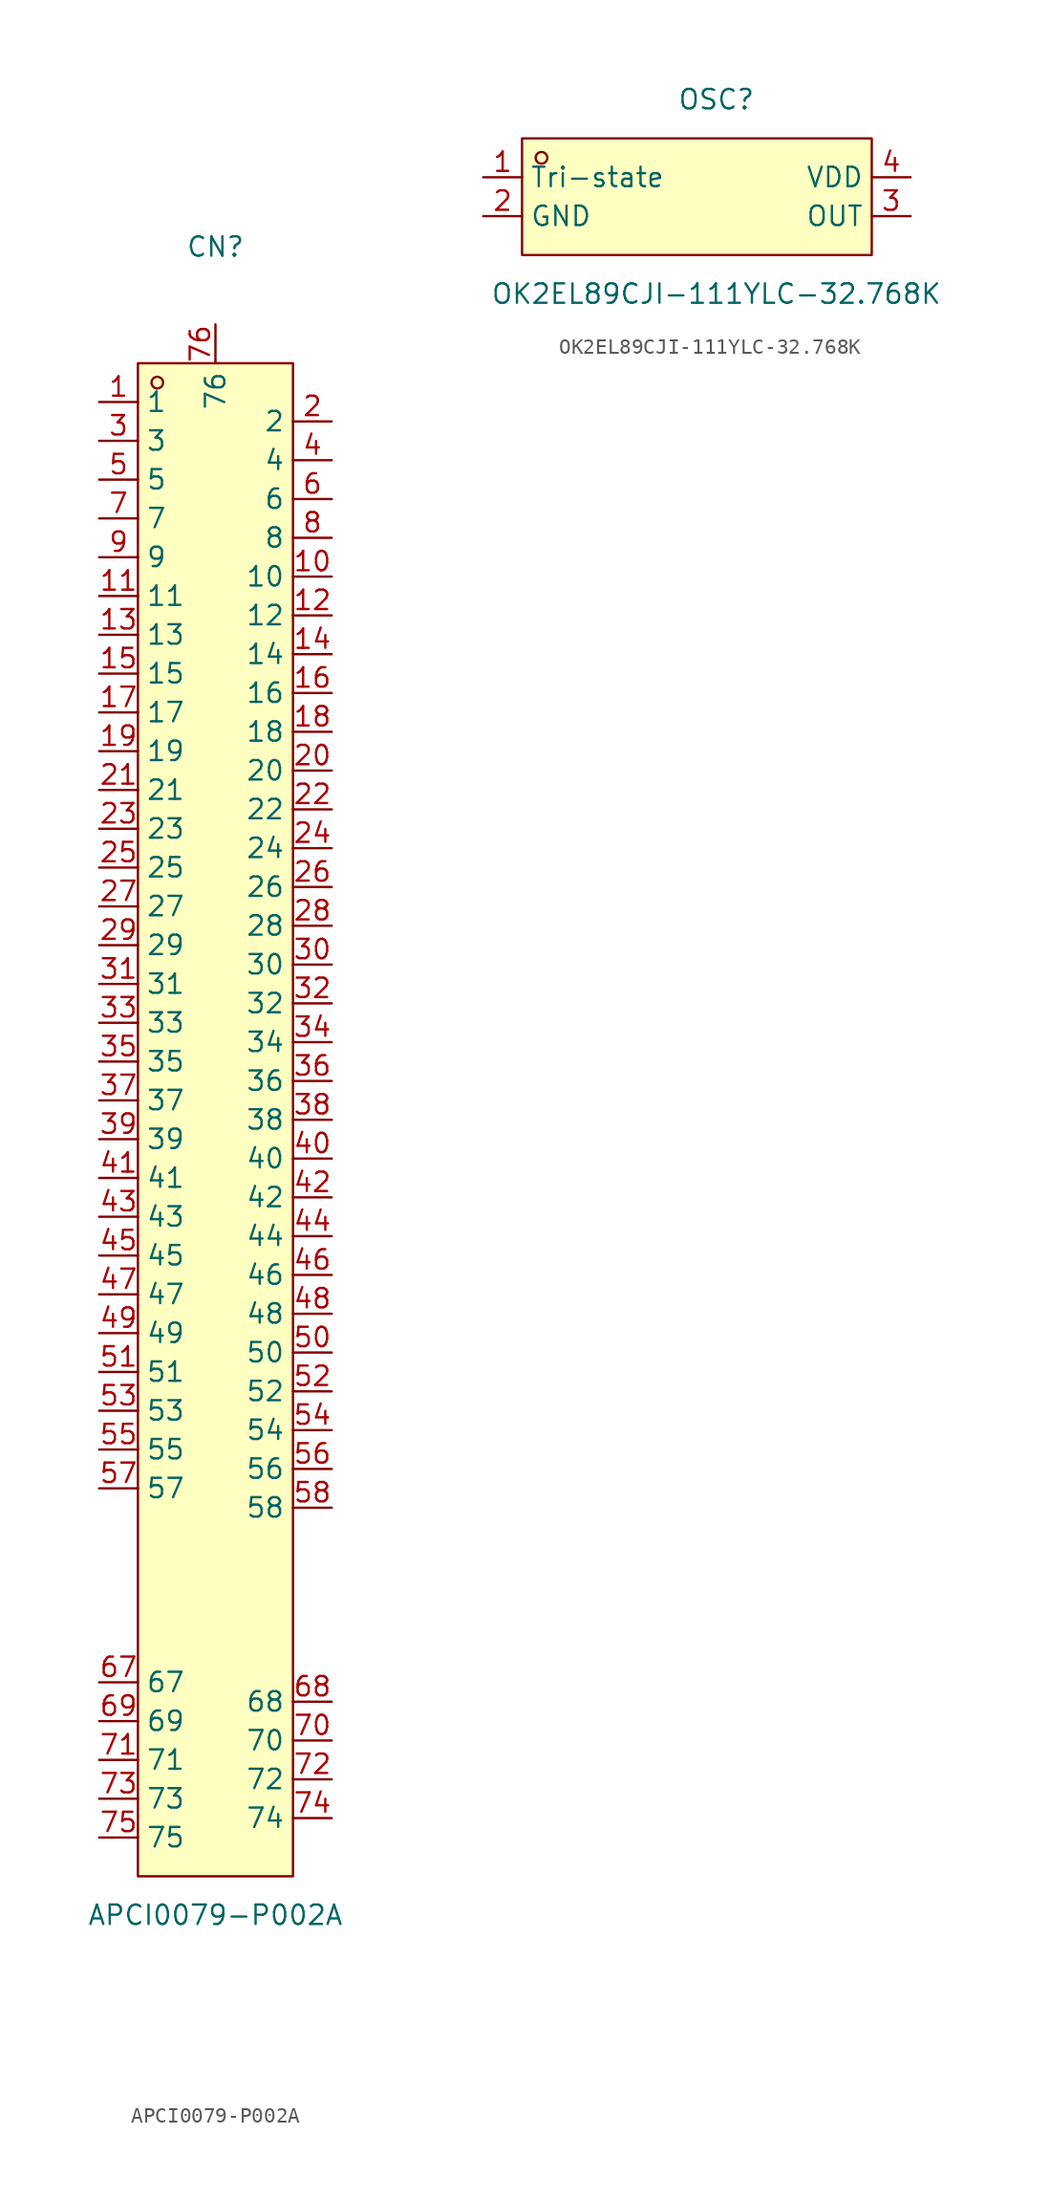
<source format=kicad_sym>
(kicad_symbol_lib
  (version 20211014)
  (generator https://github.com/uPesy/easyeda2kicad.py)
  (symbol "APCI0079-P002A"
    (property "Reference" "CN"
      (at 0 57.15 0)
      (effects (font (size 1.27 1.27))))
    (property "Value" "APCI0079-P002A"
      (at 0 -52.07 0)
      (effects (font (size 1.27 1.27))))
    (symbol "APCI0079-P002A_0_1"
      (rectangle (start -5.08 49.53) (end 5.08 -49.53) (stroke (width 0) (type default) (color 0 0 0 0)) (fill (type background)))
      (circle (center -3.81 48.26) (radius 0.38) (stroke (width 0) (type default) (color 0 0 0 0)) (fill (type none)))
      (pin unspecified line (at -7.62 46.99 0) (length 2.54) (name "1" (effects (font (size 1.27 1.27)))) (number "1" (effects (font (size 1.27 1.27)))))
      (pin unspecified line (at 7.62 -45.72 180) (length 2.54) (name "74" (effects (font (size 1.27 1.27)))) (number "74" (effects (font (size 1.27 1.27)))))
      (pin unspecified line (at -7.62 44.45 0) (length 2.54) (name "3" (effects (font (size 1.27 1.27)))) (number "3" (effects (font (size 1.27 1.27)))))
      (pin unspecified line (at 7.62 -43.18 180) (length 2.54) (name "72" (effects (font (size 1.27 1.27)))) (number "72" (effects (font (size 1.27 1.27)))))
      (pin unspecified line (at -7.62 41.91 0) (length 2.54) (name "5" (effects (font (size 1.27 1.27)))) (number "5" (effects (font (size 1.27 1.27)))))
      (pin unspecified line (at 7.62 -40.64 180) (length 2.54) (name "70" (effects (font (size 1.27 1.27)))) (number "70" (effects (font (size 1.27 1.27)))))
      (pin unspecified line (at -7.62 39.37 0) (length 2.54) (name "7" (effects (font (size 1.27 1.27)))) (number "7" (effects (font (size 1.27 1.27)))))
      (pin unspecified line (at 7.62 -38.10 180) (length 2.54) (name "68" (effects (font (size 1.27 1.27)))) (number "68" (effects (font (size 1.27 1.27)))))
      (pin unspecified line (at -7.62 36.83 0) (length 2.54) (name "9" (effects (font (size 1.27 1.27)))) (number "9" (effects (font (size 1.27 1.27)))))
      (pin unspecified line (at -7.62 34.29 0) (length 2.54) (name "11" (effects (font (size 1.27 1.27)))) (number "11" (effects (font (size 1.27 1.27)))))
      (pin unspecified line (at -7.62 31.75 0) (length 2.54) (name "13" (effects (font (size 1.27 1.27)))) (number "13" (effects (font (size 1.27 1.27)))))
      (pin unspecified line (at -7.62 29.21 0) (length 2.54) (name "15" (effects (font (size 1.27 1.27)))) (number "15" (effects (font (size 1.27 1.27)))))
      (pin unspecified line (at -7.62 26.67 0) (length 2.54) (name "17" (effects (font (size 1.27 1.27)))) (number "17" (effects (font (size 1.27 1.27)))))
      (pin unspecified line (at 7.62 -25.40 180) (length 2.54) (name "58" (effects (font (size 1.27 1.27)))) (number "58" (effects (font (size 1.27 1.27)))))
      (pin unspecified line (at -7.62 24.13 0) (length 2.54) (name "19" (effects (font (size 1.27 1.27)))) (number "19" (effects (font (size 1.27 1.27)))))
      (pin unspecified line (at 7.62 -22.86 180) (length 2.54) (name "56" (effects (font (size 1.27 1.27)))) (number "56" (effects (font (size 1.27 1.27)))))
      (pin unspecified line (at -7.62 21.59 0) (length 2.54) (name "21" (effects (font (size 1.27 1.27)))) (number "21" (effects (font (size 1.27 1.27)))))
      (pin unspecified line (at 7.62 -20.32 180) (length 2.54) (name "54" (effects (font (size 1.27 1.27)))) (number "54" (effects (font (size 1.27 1.27)))))
      (pin unspecified line (at -7.62 19.05 0) (length 2.54) (name "23" (effects (font (size 1.27 1.27)))) (number "23" (effects (font (size 1.27 1.27)))))
      (pin unspecified line (at 7.62 -17.78 180) (length 2.54) (name "52" (effects (font (size 1.27 1.27)))) (number "52" (effects (font (size 1.27 1.27)))))
      (pin unspecified line (at -7.62 16.51 0) (length 2.54) (name "25" (effects (font (size 1.27 1.27)))) (number "25" (effects (font (size 1.27 1.27)))))
      (pin unspecified line (at 7.62 -15.24 180) (length 2.54) (name "50" (effects (font (size 1.27 1.27)))) (number "50" (effects (font (size 1.27 1.27)))))
      (pin unspecified line (at -7.62 13.97 0) (length 2.54) (name "27" (effects (font (size 1.27 1.27)))) (number "27" (effects (font (size 1.27 1.27)))))
      (pin unspecified line (at 7.62 -12.70 180) (length 2.54) (name "48" (effects (font (size 1.27 1.27)))) (number "48" (effects (font (size 1.27 1.27)))))
      (pin unspecified line (at -7.62 11.43 0) (length 2.54) (name "29" (effects (font (size 1.27 1.27)))) (number "29" (effects (font (size 1.27 1.27)))))
      (pin unspecified line (at 7.62 -10.16 180) (length 2.54) (name "46" (effects (font (size 1.27 1.27)))) (number "46" (effects (font (size 1.27 1.27)))))
      (pin unspecified line (at -7.62 8.89 0) (length 2.54) (name "31" (effects (font (size 1.27 1.27)))) (number "31" (effects (font (size 1.27 1.27)))))
      (pin unspecified line (at 7.62 -7.62 180) (length 2.54) (name "44" (effects (font (size 1.27 1.27)))) (number "44" (effects (font (size 1.27 1.27)))))
      (pin unspecified line (at -7.62 6.35 0) (length 2.54) (name "33" (effects (font (size 1.27 1.27)))) (number "33" (effects (font (size 1.27 1.27)))))
      (pin unspecified line (at 7.62 -5.08 180) (length 2.54) (name "42" (effects (font (size 1.27 1.27)))) (number "42" (effects (font (size 1.27 1.27)))))
      (pin unspecified line (at -7.62 3.81 0) (length 2.54) (name "35" (effects (font (size 1.27 1.27)))) (number "35" (effects (font (size 1.27 1.27)))))
      (pin unspecified line (at 7.62 -2.54 180) (length 2.54) (name "40" (effects (font (size 1.27 1.27)))) (number "40" (effects (font (size 1.27 1.27)))))
      (pin unspecified line (at -7.62 1.27 0) (length 2.54) (name "37" (effects (font (size 1.27 1.27)))) (number "37" (effects (font (size 1.27 1.27)))))
      (pin unspecified line (at 7.62 -0.00 180) (length 2.54) (name "38" (effects (font (size 1.27 1.27)))) (number "38" (effects (font (size 1.27 1.27)))))
      (pin unspecified line (at -7.62 -1.27 0) (length 2.54) (name "39" (effects (font (size 1.27 1.27)))) (number "39" (effects (font (size 1.27 1.27)))))
      (pin unspecified line (at 7.62 2.54 180) (length 2.54) (name "36" (effects (font (size 1.27 1.27)))) (number "36" (effects (font (size 1.27 1.27)))))
      (pin unspecified line (at -7.62 -3.81 0) (length 2.54) (name "41" (effects (font (size 1.27 1.27)))) (number "41" (effects (font (size 1.27 1.27)))))
      (pin unspecified line (at 7.62 5.08 180) (length 2.54) (name "34" (effects (font (size 1.27 1.27)))) (number "34" (effects (font (size 1.27 1.27)))))
      (pin unspecified line (at -7.62 -6.35 0) (length 2.54) (name "43" (effects (font (size 1.27 1.27)))) (number "43" (effects (font (size 1.27 1.27)))))
      (pin unspecified line (at 7.62 7.62 180) (length 2.54) (name "32" (effects (font (size 1.27 1.27)))) (number "32" (effects (font (size 1.27 1.27)))))
      (pin unspecified line (at -7.62 -8.89 0) (length 2.54) (name "45" (effects (font (size 1.27 1.27)))) (number "45" (effects (font (size 1.27 1.27)))))
      (pin unspecified line (at 7.62 10.16 180) (length 2.54) (name "30" (effects (font (size 1.27 1.27)))) (number "30" (effects (font (size 1.27 1.27)))))
      (pin unspecified line (at -7.62 -11.43 0) (length 2.54) (name "47" (effects (font (size 1.27 1.27)))) (number "47" (effects (font (size 1.27 1.27)))))
      (pin unspecified line (at 7.62 12.70 180) (length 2.54) (name "28" (effects (font (size 1.27 1.27)))) (number "28" (effects (font (size 1.27 1.27)))))
      (pin unspecified line (at -7.62 -13.97 0) (length 2.54) (name "49" (effects (font (size 1.27 1.27)))) (number "49" (effects (font (size 1.27 1.27)))))
      (pin unspecified line (at 7.62 15.24 180) (length 2.54) (name "26" (effects (font (size 1.27 1.27)))) (number "26" (effects (font (size 1.27 1.27)))))
      (pin unspecified line (at -7.62 -16.51 0) (length 2.54) (name "51" (effects (font (size 1.27 1.27)))) (number "51" (effects (font (size 1.27 1.27)))))
      (pin unspecified line (at 7.62 17.78 180) (length 2.54) (name "24" (effects (font (size 1.27 1.27)))) (number "24" (effects (font (size 1.27 1.27)))))
      (pin unspecified line (at -7.62 -19.05 0) (length 2.54) (name "53" (effects (font (size 1.27 1.27)))) (number "53" (effects (font (size 1.27 1.27)))))
      (pin unspecified line (at 7.62 20.32 180) (length 2.54) (name "22" (effects (font (size 1.27 1.27)))) (number "22" (effects (font (size 1.27 1.27)))))
      (pin unspecified line (at -7.62 -21.59 0) (length 2.54) (name "55" (effects (font (size 1.27 1.27)))) (number "55" (effects (font (size 1.27 1.27)))))
      (pin unspecified line (at 7.62 22.86 180) (length 2.54) (name "20" (effects (font (size 1.27 1.27)))) (number "20" (effects (font (size 1.27 1.27)))))
      (pin unspecified line (at -7.62 -24.13 0) (length 2.54) (name "57" (effects (font (size 1.27 1.27)))) (number "57" (effects (font (size 1.27 1.27)))))
      (pin unspecified line (at 7.62 25.40 180) (length 2.54) (name "18" (effects (font (size 1.27 1.27)))) (number "18" (effects (font (size 1.27 1.27)))))
      (pin unspecified line (at 7.62 27.94 180) (length 2.54) (name "16" (effects (font (size 1.27 1.27)))) (number "16" (effects (font (size 1.27 1.27)))))
      (pin unspecified line (at 7.62 30.48 180) (length 2.54) (name "14" (effects (font (size 1.27 1.27)))) (number "14" (effects (font (size 1.27 1.27)))))
      (pin unspecified line (at 7.62 33.02 180) (length 2.54) (name "12" (effects (font (size 1.27 1.27)))) (number "12" (effects (font (size 1.27 1.27)))))
      (pin unspecified line (at 7.62 35.56 180) (length 2.54) (name "10" (effects (font (size 1.27 1.27)))) (number "10" (effects (font (size 1.27 1.27)))))
      (pin unspecified line (at -7.62 -36.83 0) (length 2.54) (name "67" (effects (font (size 1.27 1.27)))) (number "67" (effects (font (size 1.27 1.27)))))
      (pin unspecified line (at 7.62 38.10 180) (length 2.54) (name "8" (effects (font (size 1.27 1.27)))) (number "8" (effects (font (size 1.27 1.27)))))
      (pin unspecified line (at -7.62 -39.37 0) (length 2.54) (name "69" (effects (font (size 1.27 1.27)))) (number "69" (effects (font (size 1.27 1.27)))))
      (pin unspecified line (at 7.62 40.64 180) (length 2.54) (name "6" (effects (font (size 1.27 1.27)))) (number "6" (effects (font (size 1.27 1.27)))))
      (pin unspecified line (at -7.62 -41.91 0) (length 2.54) (name "71" (effects (font (size 1.27 1.27)))) (number "71" (effects (font (size 1.27 1.27)))))
      (pin unspecified line (at 7.62 43.18 180) (length 2.54) (name "4" (effects (font (size 1.27 1.27)))) (number "4" (effects (font (size 1.27 1.27)))))
      (pin unspecified line (at -7.62 -44.45 0) (length 2.54) (name "73" (effects (font (size 1.27 1.27)))) (number "73" (effects (font (size 1.27 1.27)))))
      (pin unspecified line (at 7.62 45.72 180) (length 2.54) (name "2" (effects (font (size 1.27 1.27)))) (number "2" (effects (font (size 1.27 1.27)))))
      (pin unspecified line (at -7.62 -46.99 0) (length 2.54) (name "75" (effects (font (size 1.27 1.27)))) (number "75" (effects (font (size 1.27 1.27)))))
      (pin unspecified line (at 0.00 52.07 270) (length 2.54) (name "76" (effects (font (size 1.27 1.27)))) (number "76" (effects (font (size 1.27 1.27)))))))
  (symbol "OK2EL89CJI-111YLC-32.768K"
    (property "Reference" "OSC"
      (at 0 7.62 0)
      (effects (font (size 1.27 1.27))))
    (property "Value" "OK2EL89CJI-111YLC-32.768K"
      (at 0 -5.08 0)
      (effects (font (size 1.27 1.27))))
    (symbol "OK2EL89CJI-111YLC-32.768K_0_1"
      (rectangle (start -12.70 5.08) (end 10.16 -2.54) (stroke (width 0) (type default) (color 0 0 0 0)) (fill (type background)))
      (circle (center -11.43 3.81) (radius 0.38) (stroke (width 0) (type default) (color 0 0 0 0)) (fill (type none)))
      (pin unspecified line (at -15.24 2.54 0) (length 2.54) (name "Tri-state" (effects (font (size 1.27 1.27)))) (number "1" (effects (font (size 1.27 1.27)))))
      (pin unspecified line (at -15.24 -0.00 0) (length 2.54) (name "GND" (effects (font (size 1.27 1.27)))) (number "2" (effects (font (size 1.27 1.27)))))
      (pin unspecified line (at 12.70 -0.00 180) (length 2.54) (name "OUT" (effects (font (size 1.27 1.27)))) (number "3" (effects (font (size 1.27 1.27)))))
      (pin unspecified line (at 12.70 2.54 180) (length 2.54) (name "VDD" (effects (font (size 1.27 1.27)))) (number "4" (effects (font (size 1.27 1.27))))))))
</source>
